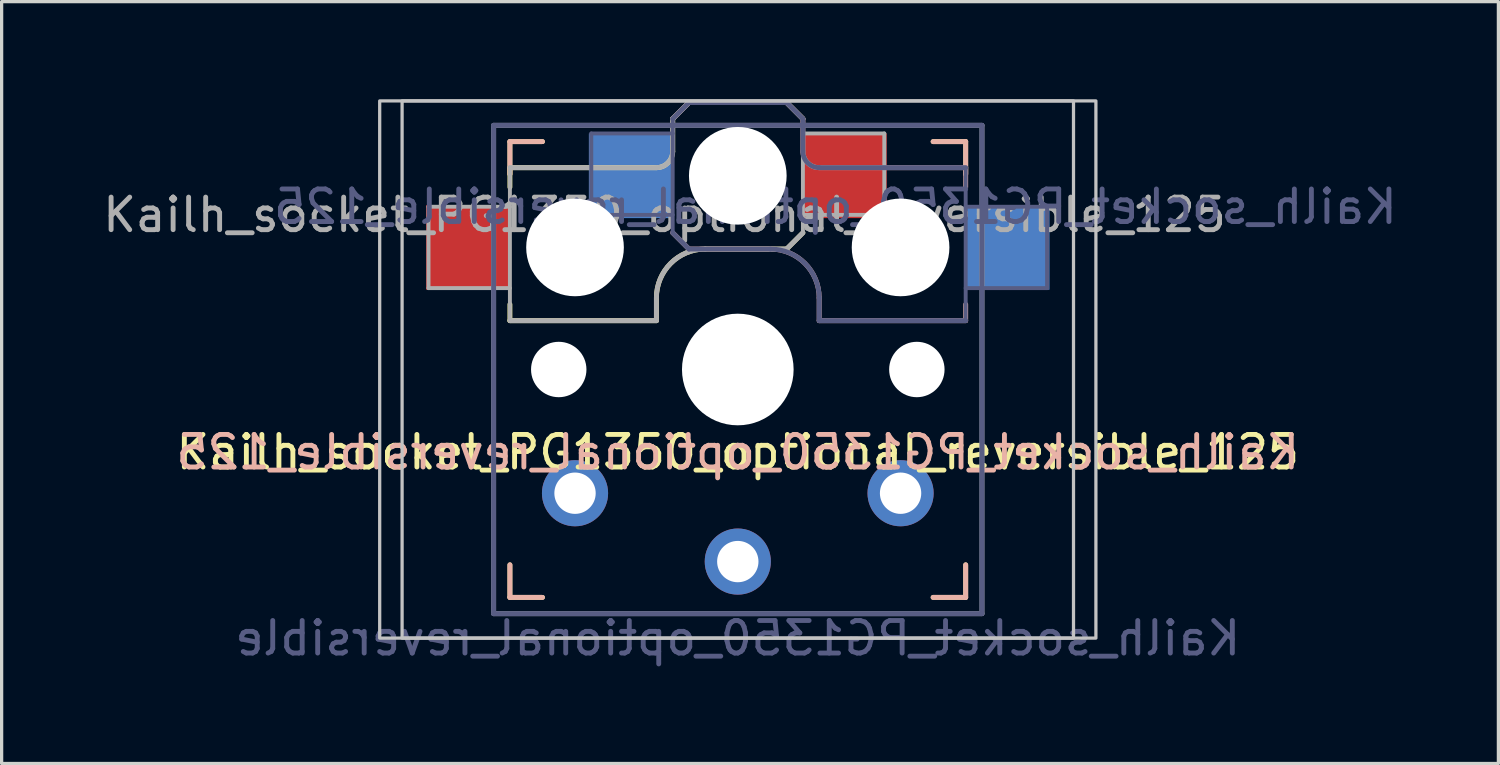
<source format=kicad_pcb>
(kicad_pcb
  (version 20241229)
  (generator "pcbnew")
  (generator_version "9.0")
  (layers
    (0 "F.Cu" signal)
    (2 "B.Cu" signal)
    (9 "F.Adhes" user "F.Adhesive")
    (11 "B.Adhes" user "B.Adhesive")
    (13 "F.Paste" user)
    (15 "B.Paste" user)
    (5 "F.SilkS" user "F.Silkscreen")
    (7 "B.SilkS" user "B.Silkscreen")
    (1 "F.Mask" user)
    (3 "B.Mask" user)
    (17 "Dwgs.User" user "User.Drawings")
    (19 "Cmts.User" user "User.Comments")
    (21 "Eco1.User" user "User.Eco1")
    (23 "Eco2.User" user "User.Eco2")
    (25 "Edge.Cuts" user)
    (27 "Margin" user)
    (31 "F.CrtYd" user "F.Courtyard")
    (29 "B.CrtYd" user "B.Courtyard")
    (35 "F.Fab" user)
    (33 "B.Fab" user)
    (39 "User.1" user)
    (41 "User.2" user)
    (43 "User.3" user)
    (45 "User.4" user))
  (footprint "Kailh_socket_PG1350_optional_reversible_125"
    (layer "F.Cu")
    (at 19.613 8.3)
    (property "Reference" "Kailh_socket_PG1350_optional_reversible_125" (at 0 2.54 0) (layer "F.SilkS") (effects (font (size 1 1) (thickness 0.15))))
    (property "Value" "Kailh_socket_PG1350_optional_reversible" (at 0 8.255 0) (layer "F.Fab") (hide yes) (effects (font (size 1 1) (thickness 0.15))))
    (attr through_hole)
    (fp_line (start -7 -7) (end -6 -7) (stroke (width 0.15) (type solid)) (layer "F.SilkS"))
    (fp_line (start -7 -6.2) (end -2.5 -6.2) (stroke (width 0.15) (type solid)) (layer "F.SilkS"))
    (fp_line (start -7 -6) (end -7 -7) (stroke (width 0.15) (type solid)) (layer "F.SilkS"))
    (fp_line (start -7 -5.6) (end -7 -6.2) (stroke (width 0.15) (type solid)) (layer "F.SilkS"))
    (fp_line (start -7 -1.5) (end -7 -2) (stroke (width 0.15) (type solid)) (layer "F.SilkS"))
    (fp_line (start -7 7) (end -7 6) (stroke (width 0.15) (type solid)) (layer "F.SilkS"))
    (fp_line (start -6 7) (end -7 7) (stroke (width 0.15) (type solid)) (layer "F.SilkS"))
    (fp_line (start -2.5 -2.2) (end -2.5 -1.5) (stroke (width 0.15) (type solid)) (layer "F.SilkS"))
    (fp_line (start -2.5 -1.5) (end -7 -1.5) (stroke (width 0.15) (type solid)) (layer "F.SilkS"))
    (fp_line (start -2 -6.7) (end -2 -7.7) (stroke (width 0.15) (type solid)) (layer "F.SilkS"))
    (fp_line (start -1.5 -8.2) (end -2 -7.7) (stroke (width 0.15) (type solid)) (layer "F.SilkS"))
    (fp_line (start 1.5 -8.2) (end -1.5 -8.2) (stroke (width 0.15) (type solid)) (layer "F.SilkS"))
    (fp_line (start 1.5 -3.7) (end -1 -3.7) (stroke (width 0.15) (type solid)) (layer "F.SilkS"))
    (fp_line (start 2 -7.7) (end 1.5 -8.2) (stroke (width 0.15) (type solid)) (layer "F.SilkS"))
    (fp_line (start 2 -4.2) (end 1.5 -3.7) (stroke (width 0.15) (type solid)) (layer "F.SilkS"))
    (fp_line (start 6 -7) (end 7 -7) (stroke (width 0.15) (type solid)) (layer "F.SilkS"))
    (fp_line (start 7 -7) (end 7 -6) (stroke (width 0.15) (type solid)) (layer "F.SilkS"))
    (fp_line (start 7 6) (end 7 7) (stroke (width 0.15) (type solid)) (layer "F.SilkS"))
    (fp_line (start 7 7) (end 6 7) (stroke (width 0.15) (type solid)) (layer "F.SilkS"))
    (fp_arc (start -2.5 -2.2) (mid -2.06066 -3.26066) (end -1 -3.7) (stroke (width 0.15) (type solid)) (layer "F.SilkS"))
    (fp_arc (start -2 -6.7) (mid -2.146447 -6.346447) (end -2.5 -6.2) (stroke (width 0.15) (type solid)) (layer "F.SilkS"))
    (fp_line (start -7 -7) (end -6 -7) (stroke (width 0.15) (type solid)) (layer "B.SilkS"))
    (fp_line (start -7 -6) (end -7 -7) (stroke (width 0.15) (type solid)) (layer "B.SilkS"))
    (fp_line (start -7 7) (end -7 6) (stroke (width 0.15) (type solid)) (layer "B.SilkS"))
    (fp_line (start -6 7) (end -7 7) (stroke (width 0.15) (type solid)) (layer "B.SilkS"))
    (fp_line (start -2 -7.7) (end -1.5 -8.2) (stroke (width 0.15) (type solid)) (layer "B.SilkS"))
    (fp_line (start -2 -4.2) (end -1.5 -3.7) (stroke (width 0.15) (type solid)) (layer "B.SilkS"))
    (fp_line (start -1.5 -8.2) (end 1.5 -8.2) (stroke (width 0.15) (type solid)) (layer "B.SilkS"))
    (fp_line (start -1.5 -3.7) (end 1 -3.7) (stroke (width 0.15) (type solid)) (layer "B.SilkS"))
    (fp_line (start 1.5 -8.2) (end 2 -7.7) (stroke (width 0.15) (type solid)) (layer "B.SilkS"))
    (fp_line (start 2 -6.7) (end 2 -7.7) (stroke (width 0.15) (type solid)) (layer "B.SilkS"))
    (fp_line (start 2.5 -2.2) (end 2.5 -1.5) (stroke (width 0.15) (type solid)) (layer "B.SilkS"))
    (fp_line (start 2.5 -1.5) (end 7 -1.5) (stroke (width 0.15) (type solid)) (layer "B.SilkS"))
    (fp_line (start 6 -7) (end 7 -7) (stroke (width 0.15) (type solid)) (layer "B.SilkS"))
    (fp_line (start 7 -7) (end 7 -6) (stroke (width 0.15) (type solid)) (layer "B.SilkS"))
    (fp_line (start 7 -6.2) (end 2.5 -6.2) (stroke (width 0.15) (type solid)) (layer "B.SilkS"))
    (fp_line (start 7 -5.6) (end 7 -6.2) (stroke (width 0.15) (type solid)) (layer "B.SilkS"))
    (fp_line (start 7 -1.5) (end 7 -2) (stroke (width 0.15) (type solid)) (layer "B.SilkS"))
    (fp_line (start 7 6) (end 7 7) (stroke (width 0.15) (type solid)) (layer "B.SilkS"))
    (fp_line (start 7 7) (end 6 7) (stroke (width 0.15) (type solid)) (layer "B.SilkS"))
    (fp_arc (start 1 -3.7) (mid 2.06066 -3.26066) (end 2.5 -2.2) (stroke (width 0.15) (type solid)) (layer "B.SilkS"))
    (fp_arc (start 2.5 -6.2) (mid 2.146447 -6.346447) (end 2 -6.7) (stroke (width 0.15) (type solid)) (layer "B.SilkS"))
    (fp_rect (start -11 -8.25) (end 11 8.25) (stroke (width 0.1) (type solid)) (fill no) (layer "Dwgs.User"))
    (fp_rect (start -10.312 -8.25) (end 10.312 8.25) (stroke (width 0.1) (type solid)) (fill no) (layer "Dwgs.User"))
    (fp_line (start -6.9 6.9) (end -6.9 -6.9) (stroke (width 0.15) (type solid)) (layer "Eco2.User"))
    (fp_line (start -6.9 6.9) (end 6.9 6.9) (stroke (width 0.15) (type solid)) (layer "Eco2.User"))
    (fp_line (start -2.6 -3.1) (end -2.6 -6.3) (stroke (width 0.15) (type solid)) (layer "Eco2.User"))
    (fp_line (start -2.6 -3.1) (end 2.6 -3.1) (stroke (width 0.15) (type solid)) (layer "Eco2.User"))
    (fp_line (start 2.6 -6.3) (end -2.6 -6.3) (stroke (width 0.15) (type solid)) (layer "Eco2.User"))
    (fp_line (start 2.6 -3.1) (end 2.6 -6.3) (stroke (width 0.15) (type solid)) (layer "Eco2.User"))
    (fp_line (start 6.9 -6.9) (end -6.9 -6.9) (stroke (width 0.15) (type solid)) (layer "Eco2.User"))
    (fp_line (start 6.9 -6.9) (end 6.9 6.9) (stroke (width 0.15) (type solid)) (layer "Eco2.User"))
    (fp_line (start -7.5 -7.5) (end 7.5 -7.5) (stroke (width 0.15) (type solid)) (layer "B.Fab"))
    (fp_line (start -7.5 7.5) (end -7.5 -7.5) (stroke (width 0.15) (type solid)) (layer "B.Fab"))
    (fp_line (start -4.5 -7.25) (end -2 -7.25) (stroke (width 0.12) (type solid)) (layer "B.Fab"))
    (fp_line (start -4.5 -4.75) (end -4.5 -7.25) (stroke (width 0.12) (type solid)) (layer "B.Fab"))
    (fp_line (start -2 -7.7) (end -1.5 -8.2) (stroke (width 0.15) (type solid)) (layer "B.Fab"))
    (fp_line (start -2 -4.75) (end -4.5 -4.75) (stroke (width 0.12) (type solid)) (layer "B.Fab"))
    (fp_line (start -2 -4.25) (end -2 -7.7) (stroke (width 0.12) (type solid)) (layer "B.Fab"))
    (fp_line (start -2 -4.2) (end -1.5 -3.7) (stroke (width 0.15) (type solid)) (layer "B.Fab"))
    (fp_line (start -1.5 -8.2) (end 1.5 -8.2) (stroke (width 0.15) (type solid)) (layer "B.Fab"))
    (fp_line (start -1.5 -3.7) (end 1 -3.7) (stroke (width 0.15) (type solid)) (layer "B.Fab"))
    (fp_line (start 1.5 -8.2) (end 2 -7.7) (stroke (width 0.15) (type solid)) (layer "B.Fab"))
    (fp_line (start 2 -6.7) (end 2 -7.7) (stroke (width 0.15) (type solid)) (layer "B.Fab"))
    (fp_line (start 2.5 -2.2) (end 2.5 -1.5) (stroke (width 0.15) (type solid)) (layer "B.Fab"))
    (fp_line (start 2.5 -1.5) (end 7 -1.5) (stroke (width 0.15) (type solid)) (layer "B.Fab"))
    (fp_line (start 7 -6.2) (end 2.5 -6.2) (stroke (width 0.15) (type solid)) (layer "B.Fab"))
    (fp_line (start 7 -5) (end 9.5 -5) (stroke (width 0.12) (type solid)) (layer "B.Fab"))
    (fp_line (start 7 -1.5) (end 7 -6.2) (stroke (width 0.12) (type solid)) (layer "B.Fab"))
    (fp_line (start 7.5 -7.5) (end 7.5 7.5) (stroke (width 0.15) (type solid)) (layer "B.Fab"))
    (fp_line (start 7.5 7.5) (end -7.5 7.5) (stroke (width 0.15) (type solid)) (layer "B.Fab"))
    (fp_line (start 9.5 -5) (end 9.5 -2.5) (stroke (width 0.12) (type solid)) (layer "B.Fab"))
    (fp_line (start 9.5 -2.5) (end 7 -2.5) (stroke (width 0.12) (type solid)) (layer "B.Fab"))
    (fp_arc (start 1 -3.7) (mid 2.06066 -3.26066) (end 2.5 -2.2) (stroke (width 0.15) (type solid)) (layer "B.Fab"))
    (fp_arc (start 2.5 -6.2) (mid 2.146447 -6.346447) (end 2 -6.7) (stroke (width 0.15) (type solid)) (layer "B.Fab"))
    (fp_line (start -9.5 -5) (end -9.5 -2.5) (stroke (width 0.12) (type solid)) (layer "F.Fab"))
    (fp_line (start -9.5 -2.5) (end -7 -2.5) (stroke (width 0.12) (type solid)) (layer "F.Fab"))
    (fp_line (start -7.5 -7.5) (end 7.5 -7.5) (stroke (width 0.15) (type solid)) (layer "F.Fab"))
    (fp_line (start -7.5 7.5) (end -7.5 -7.5) (stroke (width 0.15) (type solid)) (layer "F.Fab"))
    (fp_line (start -7 -6.2) (end -2.5 -6.2) (stroke (width 0.15) (type solid)) (layer "F.Fab"))
    (fp_line (start -7 -5) (end -9.5 -5) (stroke (width 0.12) (type solid)) (layer "F.Fab"))
    (fp_line (start -7 -1.5) (end -7 -6.2) (stroke (width 0.12) (type solid)) (layer "F.Fab"))
    (fp_line (start -2.5 -2.2) (end -2.5 -1.5) (stroke (width 0.15) (type solid)) (layer "F.Fab"))
    (fp_line (start -2.5 -1.5) (end -7 -1.5) (stroke (width 0.15) (type solid)) (layer "F.Fab"))
    (fp_line (start -2 -6.7) (end -2 -7.7) (stroke (width 0.15) (type solid)) (layer "F.Fab"))
    (fp_line (start -1.5 -8.2) (end -2 -7.7) (stroke (width 0.15) (type solid)) (layer "F.Fab"))
    (fp_line (start 1.5 -8.2) (end -1.5 -8.2) (stroke (width 0.15) (type solid)) (layer "F.Fab"))
    (fp_line (start 1.5 -3.7) (end -1 -3.7) (stroke (width 0.15) (type solid)) (layer "F.Fab"))
    (fp_line (start 2 -7.7) (end 1.5 -8.2) (stroke (width 0.15) (type solid)) (layer "F.Fab"))
    (fp_line (start 2 -4.75) (end 4.5 -4.75) (stroke (width 0.12) (type solid)) (layer "F.Fab"))
    (fp_line (start 2 -4.25) (end 2 -7.7) (stroke (width 0.12) (type solid)) (layer "F.Fab"))
    (fp_line (start 2 -4.2) (end 1.5 -3.7) (stroke (width 0.15) (type solid)) (layer "F.Fab"))
    (fp_line (start 4.5 -7.25) (end 2 -7.25) (stroke (width 0.12) (type solid)) (layer "F.Fab"))
    (fp_line (start 4.5 -4.75) (end 4.5 -7.25) (stroke (width 0.12) (type solid)) (layer "F.Fab"))
    (fp_line (start 7.5 -7.5) (end 7.5 7.5) (stroke (width 0.15) (type solid)) (layer "F.Fab"))
    (fp_line (start 7.5 7.5) (end -7.5 7.5) (stroke (width 0.15) (type solid)) (layer "F.Fab"))
    (fp_arc (start -2.5 -2.2) (mid -2.06066 -3.26066) (end -1 -3.7) (stroke (width 0.15) (type solid)) (layer "F.Fab"))
    (fp_arc (start -2 -6.7) (mid -2.146447 -6.346447) (end -2.5 -6.2) (stroke (width 0.15) (type solid)) (layer "F.Fab"))
    (fp_text user "${REFERENCE}" (at 0 2.54 0) (layer "B.SilkS") (effects (font (size 1 1) (thickness 0.15)) (justify mirror)))
    (fp_text user "${REFERENCE}" (at 3 -5 180) (layer "B.Fab") (effects (font (size 1 1) (thickness 0.15)) (justify mirror)))
    (fp_text user "${VALUE}" (at 0 8.255 0) (layer "B.Fab") (effects (font (size 1 1) (thickness 0.15)) (justify mirror)))
    (fp_text user "${REFERENCE}" (at -2.25 -4.75 0) (layer "F.Fab") (effects (font (size 1 1) (thickness 0.15))))
    (pad "" np_thru_hole circle (at -5.5 0) (size 1.702 1.702) (drill 1.702) (layers "*.Cu" "*.Mask"))
    (pad "" np_thru_hole circle (at -5 -3.75) (size 3 3) (drill 3) (layers "*.Cu" "*.Mask"))
    (pad "" np_thru_hole circle (at 0 -5.95) (size 3 3) (drill 3) (layers "*.Cu" "*.Mask"))
    (pad "" np_thru_hole circle (at 0 0) (size 3.429 3.429) (drill 3.429) (layers "*.Cu" "*.Mask"))
    (pad "" np_thru_hole circle (at 5 -3.75) (size 3 3) (drill 3) (layers "*.Cu" "*.Mask"))
    (pad "" np_thru_hole circle (at 5.5 0) (size 1.702 1.702) (drill 1.702) (layers "*.Cu" "*.Mask"))
    (pad "1" smd rect (at -3.275 -5.95) (size 2.6 2.6) (layers "B.Cu" "B.Mask" "B.Paste"))
    (pad "1" thru_hole circle (at 0 5.9) (size 2.032 2.032) (drill 1.27) (layers "*.Cu" "*.Mask"))
    (pad "1" smd rect (at 3.275 -5.95) (size 2.6 2.6) (layers "F.Cu" "F.Mask" "F.Paste"))
    (pad "2" smd rect (at -8.275 -3.75) (size 2.6 2.6) (layers "F.Cu" "F.Mask" "F.Paste"))
    (pad "2" thru_hole circle (at -5 3.8) (size 2.032 2.032) (drill 1.27) (layers "*.Cu" "*.Mask"))
    (pad "2" thru_hole circle (at 5 3.8) (size 2.032 2.032) (drill 1.27) (layers "*.Cu" "*.Mask"))
    (pad "2" smd rect (at 8.275 -3.75) (size 2.6 2.6) (layers "B.Cu" "B.Mask" "B.Paste")))
  (gr_rect
    (start -3 -3)
    (end 42.976 20.403)
    (stroke (width 0.1) (type default))
    (fill no)
    (layer "Edge.Cuts")))
</source>
